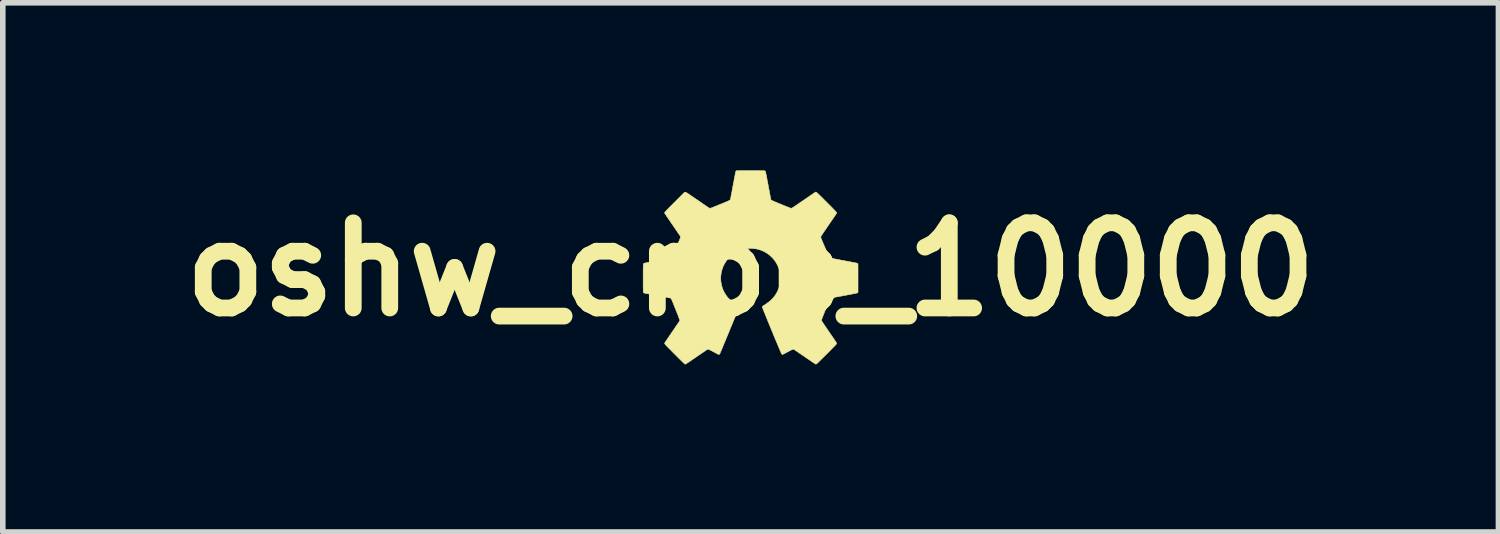
<source format=kicad_pcb>
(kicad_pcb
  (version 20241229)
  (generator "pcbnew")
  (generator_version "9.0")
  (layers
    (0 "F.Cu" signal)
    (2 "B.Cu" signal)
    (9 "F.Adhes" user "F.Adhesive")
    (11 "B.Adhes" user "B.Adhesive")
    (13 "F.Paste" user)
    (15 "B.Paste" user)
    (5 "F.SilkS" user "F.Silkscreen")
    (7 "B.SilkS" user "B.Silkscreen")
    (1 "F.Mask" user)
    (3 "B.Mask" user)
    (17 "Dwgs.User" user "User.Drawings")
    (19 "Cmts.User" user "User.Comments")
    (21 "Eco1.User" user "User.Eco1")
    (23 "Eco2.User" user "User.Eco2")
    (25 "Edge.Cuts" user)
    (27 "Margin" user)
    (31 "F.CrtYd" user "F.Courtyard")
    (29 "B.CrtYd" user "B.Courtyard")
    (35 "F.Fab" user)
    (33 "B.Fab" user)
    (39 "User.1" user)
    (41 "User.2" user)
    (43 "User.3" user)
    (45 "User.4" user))
  (footprint "oshw_crop_10000"
    (layer "F.Cu")
    (at 10.385 1.773)
    (property "Reference" "oshw_crop_10000" (at 0 0 0) (layer "F.SilkS") (effects (font (size 1.524 1.524) (thickness 0.3))))
    (attr through_hole)
    (fp_poly (pts (xy 0.043 -1.768) (xy 0.082 -1.768) (xy 0.116 -1.768) (xy 0.146 -1.768) (xy 0.172 -1.767) (xy 0.194 -1.767) (xy 0.212 -1.767) (xy 0.227 -1.767) (xy 0.238 -1.766) (xy 0.247 -1.766) (xy 0.252 -1.765) (xy 0.255 -1.765) (xy 0.255 -1.765) (xy 0.261 -1.76) (xy 0.266 -1.755) (xy 0.267 -1.751) (xy 0.268 -1.743) (xy 0.271 -1.731) (xy 0.274 -1.715) (xy 0.278 -1.695) (xy 0.283 -1.672) (xy 0.288 -1.646) (xy 0.293 -1.617) (xy 0.299 -1.586) (xy 0.305 -1.553) (xy 0.312 -1.519) (xy 0.315 -1.502) (xy 0.321 -1.467) (xy 0.328 -1.434) (xy 0.334 -1.402) (xy 0.339 -1.373) (xy 0.344 -1.346) (xy 0.349 -1.321) (xy 0.353 -1.3) (xy 0.356 -1.282) (xy 0.359 -1.268) (xy 0.361 -1.258) (xy 0.362 -1.253) (xy 0.362 -1.252) (xy 0.363 -1.249) (xy 0.365 -1.247) (xy 0.367 -1.244) (xy 0.371 -1.241) (xy 0.377 -1.238) (xy 0.384 -1.234) (xy 0.394 -1.229) (xy 0.406 -1.224) (xy 0.421 -1.217) (xy 0.439 -1.209) (xy 0.461 -1.2) (xy 0.486 -1.19) (xy 0.516 -1.177) (xy 0.548 -1.164) (xy 0.58 -1.151) (xy 0.609 -1.139) (xy 0.633 -1.129) (xy 0.654 -1.121) (xy 0.671 -1.114) (xy 0.685 -1.109) (xy 0.697 -1.104) (xy 0.706 -1.101) (xy 0.713 -1.098) (xy 0.719 -1.097) (xy 0.723 -1.096) (xy 0.726 -1.095) (xy 0.729 -1.095) (xy 0.729 -1.095) (xy 0.731 -1.096) (xy 0.734 -1.097) (xy 0.737 -1.098) (xy 0.742 -1.1) (xy 0.748 -1.104) (xy 0.755 -1.108) (xy 0.764 -1.114) (xy 0.775 -1.121) (xy 0.788 -1.13) (xy 0.804 -1.14) (xy 0.823 -1.153) (xy 0.844 -1.168) (xy 0.869 -1.185) (xy 0.898 -1.205) (xy 0.931 -1.227) (xy 0.943 -1.235) (xy 0.972 -1.255) (xy 1 -1.274) (xy 1.026 -1.292) (xy 1.051 -1.309) (xy 1.074 -1.325) (xy 1.095 -1.339) (xy 1.113 -1.352) (xy 1.128 -1.362) (xy 1.14 -1.37) (xy 1.149 -1.376) (xy 1.154 -1.379) (xy 1.154 -1.38) (xy 1.157 -1.381) (xy 1.16 -1.383) (xy 1.163 -1.384) (xy 1.165 -1.385) (xy 1.169 -1.384) (xy 1.172 -1.383) (xy 1.177 -1.381) (xy 1.182 -1.377) (xy 1.189 -1.372) (xy 1.197 -1.364) (xy 1.207 -1.355) (xy 1.219 -1.344) (xy 1.233 -1.33) (xy 1.25 -1.314) (xy 1.269 -1.295) (xy 1.291 -1.274) (xy 1.315 -1.249) (xy 1.344 -1.22) (xy 1.359 -1.205) (xy 1.389 -1.175) (xy 1.416 -1.148) (xy 1.439 -1.125) (xy 1.459 -1.105) (xy 1.476 -1.087) (xy 1.491 -1.072) (xy 1.504 -1.059) (xy 1.514 -1.048) (xy 1.522 -1.039) (xy 1.528 -1.032) (xy 1.533 -1.026) (xy 1.536 -1.021) (xy 1.538 -1.017) (xy 1.539 -1.014) (xy 1.539 -1.011) (xy 1.539 -1.009) (xy 1.538 -1.006) (xy 1.537 -1.004) (xy 1.535 -1.001) (xy 1.531 -0.994) (xy 1.524 -0.984) (xy 1.514 -0.97) (xy 1.503 -0.953) (xy 1.49 -0.934) (xy 1.475 -0.912) (xy 1.459 -0.888) (xy 1.441 -0.863) (xy 1.422 -0.835) (xy 1.403 -0.807) (xy 1.395 -0.796) (xy 1.372 -0.762) (xy 1.352 -0.732) (xy 1.334 -0.705) (xy 1.318 -0.683) (xy 1.305 -0.663) (xy 1.293 -0.646) (xy 1.284 -0.632) (xy 1.276 -0.62) (xy 1.27 -0.61) (xy 1.265 -0.602) (xy 1.261 -0.596) (xy 1.259 -0.591) (xy 1.257 -0.588) (xy 1.256 -0.585) (xy 1.256 -0.582) (xy 1.255 -0.582) (xy 1.255 -0.579) (xy 1.256 -0.576) (xy 1.257 -0.572) (xy 1.258 -0.567) (xy 1.26 -0.561) (xy 1.263 -0.552) (xy 1.268 -0.541) (xy 1.273 -0.528) (xy 1.28 -0.512) (xy 1.288 -0.493) (xy 1.297 -0.47) (xy 1.309 -0.444) (xy 1.322 -0.413) (xy 1.33 -0.395) (xy 1.342 -0.367) (xy 1.354 -0.34) (xy 1.365 -0.314) (xy 1.375 -0.291) (xy 1.384 -0.27) (xy 1.393 -0.251) (xy 1.399 -0.236) (xy 1.405 -0.225) (xy 1.409 -0.217) (xy 1.41 -0.214) (xy 1.411 -0.214) (xy 1.416 -0.209) (xy 1.42 -0.206) (xy 1.423 -0.205) (xy 1.431 -0.203) (xy 1.443 -0.201) (xy 1.459 -0.198) (xy 1.478 -0.194) (xy 1.501 -0.19) (xy 1.527 -0.185) (xy 1.555 -0.179) (xy 1.585 -0.174) (xy 1.618 -0.167) (xy 1.652 -0.161) (xy 1.665 -0.159) (xy 1.7 -0.152) (xy 1.733 -0.146) (xy 1.765 -0.14) (xy 1.794 -0.134) (xy 1.821 -0.129) (xy 1.845 -0.124) (xy 1.866 -0.12) (xy 1.883 -0.117) (xy 1.897 -0.114) (xy 1.906 -0.112) (xy 1.911 -0.11) (xy 1.912 -0.11) (xy 1.917 -0.105) (xy 1.92 -0.1) (xy 1.921 -0.097) (xy 1.921 -0.09) (xy 1.921 -0.081) (xy 1.922 -0.067) (xy 1.922 -0.05) (xy 1.922 -0.029) (xy 1.922 -0.003) (xy 1.922 0.027) (xy 1.922 0.061) (xy 1.922 0.1) (xy 1.922 0.144) (xy 1.922 0.158) (xy 1.922 0.409) (xy 1.915 0.416) (xy 1.913 0.417) (xy 1.912 0.418) (xy 1.909 0.419) (xy 1.906 0.42) (xy 1.901 0.422) (xy 1.895 0.424) (xy 1.886 0.425) (xy 1.876 0.428) (xy 1.863 0.43) (xy 1.847 0.434) (xy 1.828 0.437) (xy 1.805 0.442) (xy 1.779 0.446) (xy 1.749 0.452) (xy 1.714 0.459) (xy 1.675 0.466) (xy 1.673 0.466) (xy 1.639 0.473) (xy 1.607 0.479) (xy 1.576 0.485) (xy 1.547 0.49) (xy 1.52 0.495) (xy 1.496 0.5) (xy 1.476 0.504) (xy 1.458 0.508) (xy 1.445 0.51) (xy 1.436 0.513) (xy 1.431 0.514) (xy 1.431 0.514) (xy 1.424 0.518) (xy 1.419 0.524) (xy 1.418 0.527) (xy 1.415 0.535) (xy 1.41 0.546) (xy 1.404 0.561) (xy 1.396 0.58) (xy 1.387 0.601) (xy 1.378 0.625) (xy 1.367 0.651) (xy 1.356 0.678) (xy 1.345 0.707) (xy 1.341 0.716) (xy 1.327 0.75) (xy 1.315 0.781) (xy 1.305 0.807) (xy 1.296 0.829) (xy 1.289 0.848) (xy 1.283 0.864) (xy 1.278 0.877) (xy 1.274 0.887) (xy 1.272 0.895) (xy 1.27 0.901) (xy 1.269 0.906) (xy 1.268 0.909) (xy 1.268 0.912) (xy 1.268 0.912) (xy 1.269 0.914) (xy 1.271 0.918) (xy 1.274 0.925) (xy 1.279 0.933) (xy 1.286 0.943) (xy 1.294 0.956) (xy 1.305 0.972) (xy 1.317 0.99) (xy 1.332 1.012) (xy 1.349 1.038) (xy 1.369 1.066) (xy 1.391 1.099) (xy 1.403 1.116) (xy 1.422 1.144) (xy 1.441 1.172) (xy 1.459 1.197) (xy 1.475 1.221) (xy 1.49 1.243) (xy 1.503 1.263) (xy 1.515 1.28) (xy 1.524 1.295) (xy 1.531 1.306) (xy 1.536 1.313) (xy 1.538 1.317) (xy 1.538 1.317) (xy 1.539 1.324) (xy 1.538 1.33) (xy 1.536 1.333) (xy 1.531 1.34) (xy 1.522 1.349) (xy 1.511 1.361) (xy 1.497 1.375) (xy 1.482 1.391) (xy 1.464 1.409) (xy 1.445 1.429) (xy 1.425 1.449) (xy 1.403 1.471) (xy 1.382 1.493) (xy 1.359 1.515) (xy 1.337 1.537) (xy 1.315 1.559) (xy 1.294 1.58) (xy 1.273 1.6) (xy 1.254 1.619) (xy 1.236 1.637) (xy 1.22 1.652) (xy 1.206 1.666) (xy 1.194 1.677) (xy 1.185 1.685) (xy 1.179 1.69) (xy 1.177 1.692) (xy 1.166 1.693) (xy 1.161 1.692) (xy 1.158 1.69) (xy 1.151 1.686) (xy 1.141 1.679) (xy 1.127 1.67) (xy 1.11 1.659) (xy 1.091 1.646) (xy 1.07 1.631) (xy 1.046 1.615) (xy 1.021 1.598) (xy 0.994 1.58) (xy 0.974 1.566) (xy 0.947 1.547) (xy 0.92 1.529) (xy 0.895 1.512) (xy 0.872 1.496) (xy 0.85 1.481) (xy 0.831 1.468) (xy 0.815 1.457) (xy 0.801 1.448) (xy 0.791 1.441) (xy 0.785 1.436) (xy 0.782 1.435) (xy 0.778 1.432) (xy 0.773 1.429) (xy 0.768 1.428) (xy 0.763 1.428) (xy 0.757 1.429) (xy 0.75 1.431) (xy 0.74 1.435) (xy 0.728 1.441) (xy 0.713 1.448) (xy 0.695 1.458) (xy 0.673 1.47) (xy 0.666 1.473) (xy 0.647 1.484) (xy 0.628 1.493) (xy 0.612 1.502) (xy 0.597 1.509) (xy 0.586 1.515) (xy 0.577 1.519) (xy 0.573 1.521) (xy 0.573 1.521) (xy 0.565 1.52) (xy 0.559 1.516) (xy 0.558 1.516) (xy 0.556 1.513) (xy 0.553 1.505) (xy 0.547 1.494) (xy 0.54 1.478) (xy 0.532 1.459) (xy 0.522 1.437) (xy 0.512 1.412) (xy 0.5 1.384) (xy 0.487 1.354) (xy 0.474 1.321) (xy 0.459 1.287) (xy 0.444 1.252) (xy 0.429 1.215) (xy 0.413 1.177) (xy 0.398 1.139) (xy 0.382 1.1) (xy 0.366 1.062) (xy 0.35 1.023) (xy 0.334 0.985) (xy 0.319 0.948) (xy 0.304 0.912) (xy 0.29 0.877) (xy 0.277 0.845) (xy 0.264 0.814) (xy 0.253 0.785) (xy 0.242 0.759) (xy 0.233 0.736) (xy 0.225 0.716) (xy 0.219 0.699) (xy 0.214 0.686) (xy 0.211 0.677) (xy 0.209 0.672) (xy 0.209 0.672) (xy 0.211 0.667) (xy 0.213 0.663) (xy 0.217 0.658) (xy 0.224 0.653) (xy 0.233 0.646) (xy 0.247 0.638) (xy 0.248 0.637) (xy 0.259 0.63) (xy 0.27 0.622) (xy 0.28 0.616) (xy 0.286 0.611) (xy 0.286 0.611) (xy 0.293 0.606) (xy 0.302 0.599) (xy 0.312 0.592) (xy 0.318 0.588) (xy 0.357 0.556) (xy 0.393 0.52) (xy 0.426 0.482) (xy 0.454 0.441) (xy 0.479 0.397) (xy 0.499 0.351) (xy 0.515 0.304) (xy 0.527 0.255) (xy 0.533 0.205) (xy 0.536 0.154) (xy 0.535 0.137) (xy 0.53 0.085) (xy 0.521 0.035) (xy 0.507 -0.014) (xy 0.489 -0.061) (xy 0.466 -0.106) (xy 0.44 -0.148) (xy 0.409 -0.188) (xy 0.375 -0.224) (xy 0.338 -0.258) (xy 0.297 -0.288) (xy 0.253 -0.314) (xy 0.207 -0.337) (xy 0.202 -0.339) (xy 0.153 -0.356) (xy 0.104 -0.368) (xy 0.054 -0.375) (xy 0.005 -0.378) (xy -0.045 -0.376) (xy -0.094 -0.369) (xy -0.143 -0.358) (xy -0.19 -0.343) (xy -0.236 -0.323) (xy -0.28 -0.298) (xy -0.322 -0.27) (xy -0.361 -0.237) (xy -0.377 -0.222) (xy -0.412 -0.184) (xy -0.442 -0.143) (xy -0.469 -0.1) (xy -0.491 -0.056) (xy -0.508 -0.01) (xy -0.522 0.037) (xy -0.53 0.085) (xy -0.535 0.134) (xy -0.535 0.183) (xy -0.53 0.231) (xy -0.521 0.279) (xy -0.508 0.327) (xy -0.49 0.373) (xy -0.467 0.418) (xy -0.44 0.461) (xy -0.416 0.494) (xy -0.403 0.509) (xy -0.388 0.525) (xy -0.371 0.542) (xy -0.353 0.558) (xy -0.336 0.573) (xy -0.321 0.585) (xy -0.315 0.589) (xy -0.304 0.597) (xy -0.293 0.605) (xy -0.283 0.613) (xy -0.278 0.616) (xy -0.271 0.622) (xy -0.26 0.629) (xy -0.249 0.637) (xy -0.239 0.642) (xy -0.228 0.649) (xy -0.221 0.655) (xy -0.216 0.659) (xy -0.213 0.663) (xy -0.211 0.667) (xy -0.21 0.668) (xy -0.209 0.675) (xy -0.209 0.681) (xy -0.212 0.689) (xy -0.213 0.691) (xy -0.214 0.695) (xy -0.218 0.703) (xy -0.223 0.716) (xy -0.229 0.732) (xy -0.237 0.751) (xy -0.247 0.774) (xy -0.257 0.799) (xy -0.269 0.827) (xy -0.281 0.858) (xy -0.295 0.89) (xy -0.309 0.924) (xy -0.323 0.959) (xy -0.338 0.996) (xy -0.354 1.033) (xy -0.369 1.07) (xy -0.385 1.108) (xy -0.4 1.146) (xy -0.416 1.183) (xy -0.431 1.219) (xy -0.445 1.254) (xy -0.459 1.288) (xy -0.473 1.32) (xy -0.485 1.35) (xy -0.497 1.378) (xy -0.507 1.404) (xy -0.516 1.426) (xy -0.524 1.445) (xy -0.531 1.461) (xy -0.536 1.473) (xy -0.539 1.48) (xy -0.545 1.495) (xy -0.551 1.506) (xy -0.555 1.514) (xy -0.56 1.518) (xy -0.564 1.521) (xy -0.57 1.521) (xy -0.571 1.521) (xy -0.574 1.52) (xy -0.581 1.517) (xy -0.592 1.512) (xy -0.605 1.505) (xy -0.621 1.497) (xy -0.639 1.487) (xy -0.658 1.477) (xy -0.663 1.474) (xy -0.686 1.462) (xy -0.705 1.452) (xy -0.721 1.444) (xy -0.733 1.438) (xy -0.743 1.433) (xy -0.75 1.43) (xy -0.756 1.428) (xy -0.76 1.428) (xy -0.761 1.427) (xy -0.767 1.428) (xy -0.773 1.43) (xy -0.781 1.434) (xy -0.792 1.441) (xy -0.793 1.442) (xy -0.798 1.446) (xy -0.807 1.452) (xy -0.82 1.461) (xy -0.836 1.472) (xy -0.855 1.484) (xy -0.875 1.499) (xy -0.898 1.514) (xy -0.923 1.531) (xy -0.949 1.549) (xy -0.975 1.567) (xy -0.984 1.573) (xy -1.01 1.591) (xy -1.036 1.608) (xy -1.059 1.625) (xy -1.082 1.64) (xy -1.102 1.653) (xy -1.119 1.665) (xy -1.134 1.675) (xy -1.146 1.683) (xy -1.154 1.688) (xy -1.159 1.691) (xy -1.16 1.692) (xy -1.167 1.694) (xy -1.172 1.693) (xy -1.18 1.691) (xy -1.18 1.691) (xy -1.183 1.688) (xy -1.189 1.683) (xy -1.198 1.674) (xy -1.21 1.662) (xy -1.225 1.648) (xy -1.242 1.632) (xy -1.261 1.613) (xy -1.281 1.593) (xy -1.303 1.571) (xy -1.327 1.547) (xy -1.351 1.523) (xy -1.362 1.512) (xy -1.391 1.483) (xy -1.417 1.456) (xy -1.44 1.433) (xy -1.46 1.413) (xy -1.477 1.396) (xy -1.492 1.381) (xy -1.504 1.368) (xy -1.514 1.358) (xy -1.522 1.349) (xy -1.528 1.342) (xy -1.532 1.336) (xy -1.536 1.331) (xy -1.538 1.327) (xy -1.539 1.324) (xy -1.539 1.321) (xy -1.538 1.319) (xy -1.537 1.316) (xy -1.537 1.315) (xy -1.535 1.312) (xy -1.531 1.305) (xy -1.524 1.294) (xy -1.514 1.281) (xy -1.503 1.264) (xy -1.49 1.244) (xy -1.475 1.223) (xy -1.459 1.199) (xy -1.442 1.174) (xy -1.424 1.147) (xy -1.405 1.119) (xy -1.385 1.091) (xy -1.367 1.064) (xy -1.35 1.039) (xy -1.334 1.015) (xy -1.319 0.993) (xy -1.306 0.974) (xy -1.294 0.957) (xy -1.285 0.943) (xy -1.278 0.933) (xy -1.273 0.926) (xy -1.271 0.923) (xy -1.268 0.915) (xy -1.267 0.907) (xy -1.268 0.904) (xy -1.271 0.895) (xy -1.276 0.883) (xy -1.282 0.867) (xy -1.289 0.847) (xy -1.298 0.823) (xy -1.309 0.797) (xy -1.32 0.768) (xy -1.333 0.736) (xy -1.343 0.711) (xy -1.357 0.677) (xy -1.369 0.646) (xy -1.379 0.62) (xy -1.388 0.598) (xy -1.396 0.579) (xy -1.402 0.564) (xy -1.408 0.551) (xy -1.412 0.541) (xy -1.416 0.533) (xy -1.419 0.527) (xy -1.421 0.523) (xy -1.423 0.52) (xy -1.425 0.518) (xy -1.426 0.517) (xy -1.428 0.516) (xy -1.431 0.514) (xy -1.434 0.513) (xy -1.44 0.512) (xy -1.447 0.51) (xy -1.456 0.508) (xy -1.468 0.505) (xy -1.482 0.502) (xy -1.499 0.499) (xy -1.519 0.495) (xy -1.543 0.49) (xy -1.571 0.485) (xy -1.604 0.479) (xy -1.64 0.472) (xy -1.668 0.467) (xy -1.702 0.461) (xy -1.734 0.455) (xy -1.765 0.449) (xy -1.794 0.444) (xy -1.82 0.439) (xy -1.843 0.434) (xy -1.864 0.43) (xy -1.881 0.427) (xy -1.894 0.424) (xy -1.902 0.423) (xy -1.907 0.422) (xy -1.907 0.422) (xy -1.912 0.418) (xy -1.917 0.412) (xy -1.918 0.411) (xy -1.919 0.409) (xy -1.919 0.408) (xy -1.92 0.405) (xy -1.92 0.402) (xy -1.921 0.398) (xy -1.921 0.392) (xy -1.922 0.385) (xy -1.922 0.375) (xy -1.922 0.363) (xy -1.922 0.349) (xy -1.923 0.331) (xy -1.923 0.31) (xy -1.923 0.285) (xy -1.923 0.257) (xy -1.923 0.224) (xy -1.923 0.187) (xy -1.923 0.155) (xy -1.923 0.113) (xy -1.923 0.076) (xy -1.923 0.044) (xy -1.923 0.016) (xy -1.923 -0.008) (xy -1.922 -0.029) (xy -1.922 -0.047) (xy -1.922 -0.061) (xy -1.921 -0.073) (xy -1.921 -0.082) (xy -1.92 -0.09) (xy -1.919 -0.096) (xy -1.918 -0.1) (xy -1.917 -0.103) (xy -1.916 -0.105) (xy -1.914 -0.107) (xy -1.912 -0.108) (xy -1.91 -0.11) (xy -1.907 -0.111) (xy -1.902 -0.112) (xy -1.893 -0.114) (xy -1.88 -0.117) (xy -1.864 -0.121) (xy -1.845 -0.124) (xy -1.821 -0.129) (xy -1.793 -0.135) (xy -1.76 -0.141) (xy -1.724 -0.148) (xy -1.682 -0.155) (xy -1.664 -0.159) (xy -1.63 -0.165) (xy -1.597 -0.171) (xy -1.566 -0.177) (xy -1.537 -0.183) (xy -1.51 -0.188) (xy -1.486 -0.192) (xy -1.465 -0.196) (xy -1.448 -0.2) (xy -1.435 -0.203) (xy -1.425 -0.204) (xy -1.42 -0.206) (xy -1.42 -0.206) (xy -1.415 -0.209) (xy -1.41 -0.215) (xy -1.409 -0.216) (xy -1.407 -0.219) (xy -1.403 -0.227) (xy -1.398 -0.239) (xy -1.391 -0.254) (xy -1.383 -0.272) (xy -1.373 -0.293) (xy -1.363 -0.317) (xy -1.352 -0.342) (xy -1.34 -0.369) (xy -1.329 -0.396) (xy -1.314 -0.43) (xy -1.302 -0.459) (xy -1.291 -0.484) (xy -1.282 -0.506) (xy -1.274 -0.524) (xy -1.268 -0.539) (xy -1.263 -0.552) (xy -1.26 -0.561) (xy -1.257 -0.569) (xy -1.256 -0.574) (xy -1.255 -0.578) (xy -1.255 -0.58) (xy -1.255 -0.585) (xy -1.257 -0.591) (xy -1.26 -0.598) (xy -1.265 -0.606) (xy -1.271 -0.615) (xy -1.275 -0.621) (xy -1.281 -0.63) (xy -1.29 -0.643) (xy -1.301 -0.659) (xy -1.314 -0.678) (xy -1.329 -0.7) (xy -1.345 -0.723) (xy -1.362 -0.748) (xy -1.38 -0.774) (xy -1.399 -0.802) (xy -1.411 -0.819) (xy -1.43 -0.846) (xy -1.447 -0.873) (xy -1.464 -0.897) (xy -1.48 -0.92) (xy -1.494 -0.941) (xy -1.507 -0.96) (xy -1.517 -0.976) (xy -1.526 -0.988) (xy -1.532 -0.998) (xy -1.536 -1.004) (xy -1.537 -1.006) (xy -1.538 -1.008) (xy -1.539 -1.011) (xy -1.539 -1.013) (xy -1.538 -1.016) (xy -1.537 -1.02) (xy -1.534 -1.024) (xy -1.53 -1.03) (xy -1.524 -1.036) (xy -1.517 -1.045) (xy -1.508 -1.054) (xy -1.497 -1.066) (xy -1.483 -1.08) (xy -1.467 -1.097) (xy -1.449 -1.115) (xy -1.427 -1.137) (xy -1.402 -1.162) (xy -1.374 -1.19) (xy -1.358 -1.206) (xy -1.181 -1.383) (xy -1.169 -1.383) (xy -1.167 -1.383) (xy -1.165 -1.383) (xy -1.162 -1.382) (xy -1.159 -1.38) (xy -1.154 -1.378) (xy -1.149 -1.375) (xy -1.142 -1.371) (xy -1.134 -1.366) (xy -1.123 -1.359) (xy -1.11 -1.35) (xy -1.095 -1.34) (xy -1.077 -1.328) (xy -1.056 -1.313) (xy -1.031 -1.296) (xy -1.003 -1.277) (xy -0.971 -1.255) (xy -0.961 -1.249) (xy -0.926 -1.224) (xy -0.894 -1.203) (xy -0.867 -1.183) (xy -0.842 -1.167) (xy -0.821 -1.152) (xy -0.803 -1.14) (xy -0.788 -1.129) (xy -0.775 -1.121) (xy -0.764 -1.113) (xy -0.755 -1.108) (xy -0.748 -1.103) (xy -0.743 -1.1) (xy -0.739 -1.098) (xy -0.735 -1.096) (xy -0.733 -1.095) (xy -0.731 -1.095) (xy -0.73 -1.095) (xy -0.728 -1.095) (xy -0.726 -1.095) (xy -0.722 -1.096) (xy -0.714 -1.098) (xy -0.702 -1.102) (xy -0.686 -1.108) (xy -0.666 -1.116) (xy -0.642 -1.126) (xy -0.613 -1.137) (xy -0.58 -1.151) (xy -0.548 -1.164) (xy -0.515 -1.177) (xy -0.486 -1.189) (xy -0.46 -1.2) (xy -0.439 -1.209) (xy -0.421 -1.216) (xy -0.406 -1.223) (xy -0.394 -1.229) (xy -0.385 -1.233) (xy -0.377 -1.237) (xy -0.372 -1.241) (xy -0.368 -1.244) (xy -0.365 -1.248) (xy -0.363 -1.251) (xy -0.362 -1.254) (xy -0.361 -1.257) (xy -0.36 -1.261) (xy -0.358 -1.269) (xy -0.356 -1.282) (xy -0.352 -1.299) (xy -0.349 -1.319) (xy -0.344 -1.342) (xy -0.339 -1.368) (xy -0.334 -1.397) (xy -0.328 -1.428) (xy -0.322 -1.46) (xy -0.316 -1.494) (xy -0.314 -1.506) (xy -0.307 -1.54) (xy -0.301 -1.573) (xy -0.295 -1.605) (xy -0.29 -1.634) (xy -0.285 -1.66) (xy -0.28 -1.684) (xy -0.276 -1.705) (xy -0.273 -1.722) (xy -0.271 -1.736) (xy -0.269 -1.745) (xy -0.268 -1.75) (xy -0.268 -1.751) (xy -0.265 -1.755) (xy -0.26 -1.76) (xy -0.259 -1.761) (xy -0.251 -1.768) (xy -0.001 -1.768) (xy 0.043 -1.768)) (stroke (width 0.01) (type solid)) (fill yes) (layer "F.SilkS")))
  (gr_rect
    (start -3 -3)
    (end 23.77 6.472)
    (stroke (width 0.1) (type default))
    (fill no)
    (layer "Edge.Cuts")))
</source>
